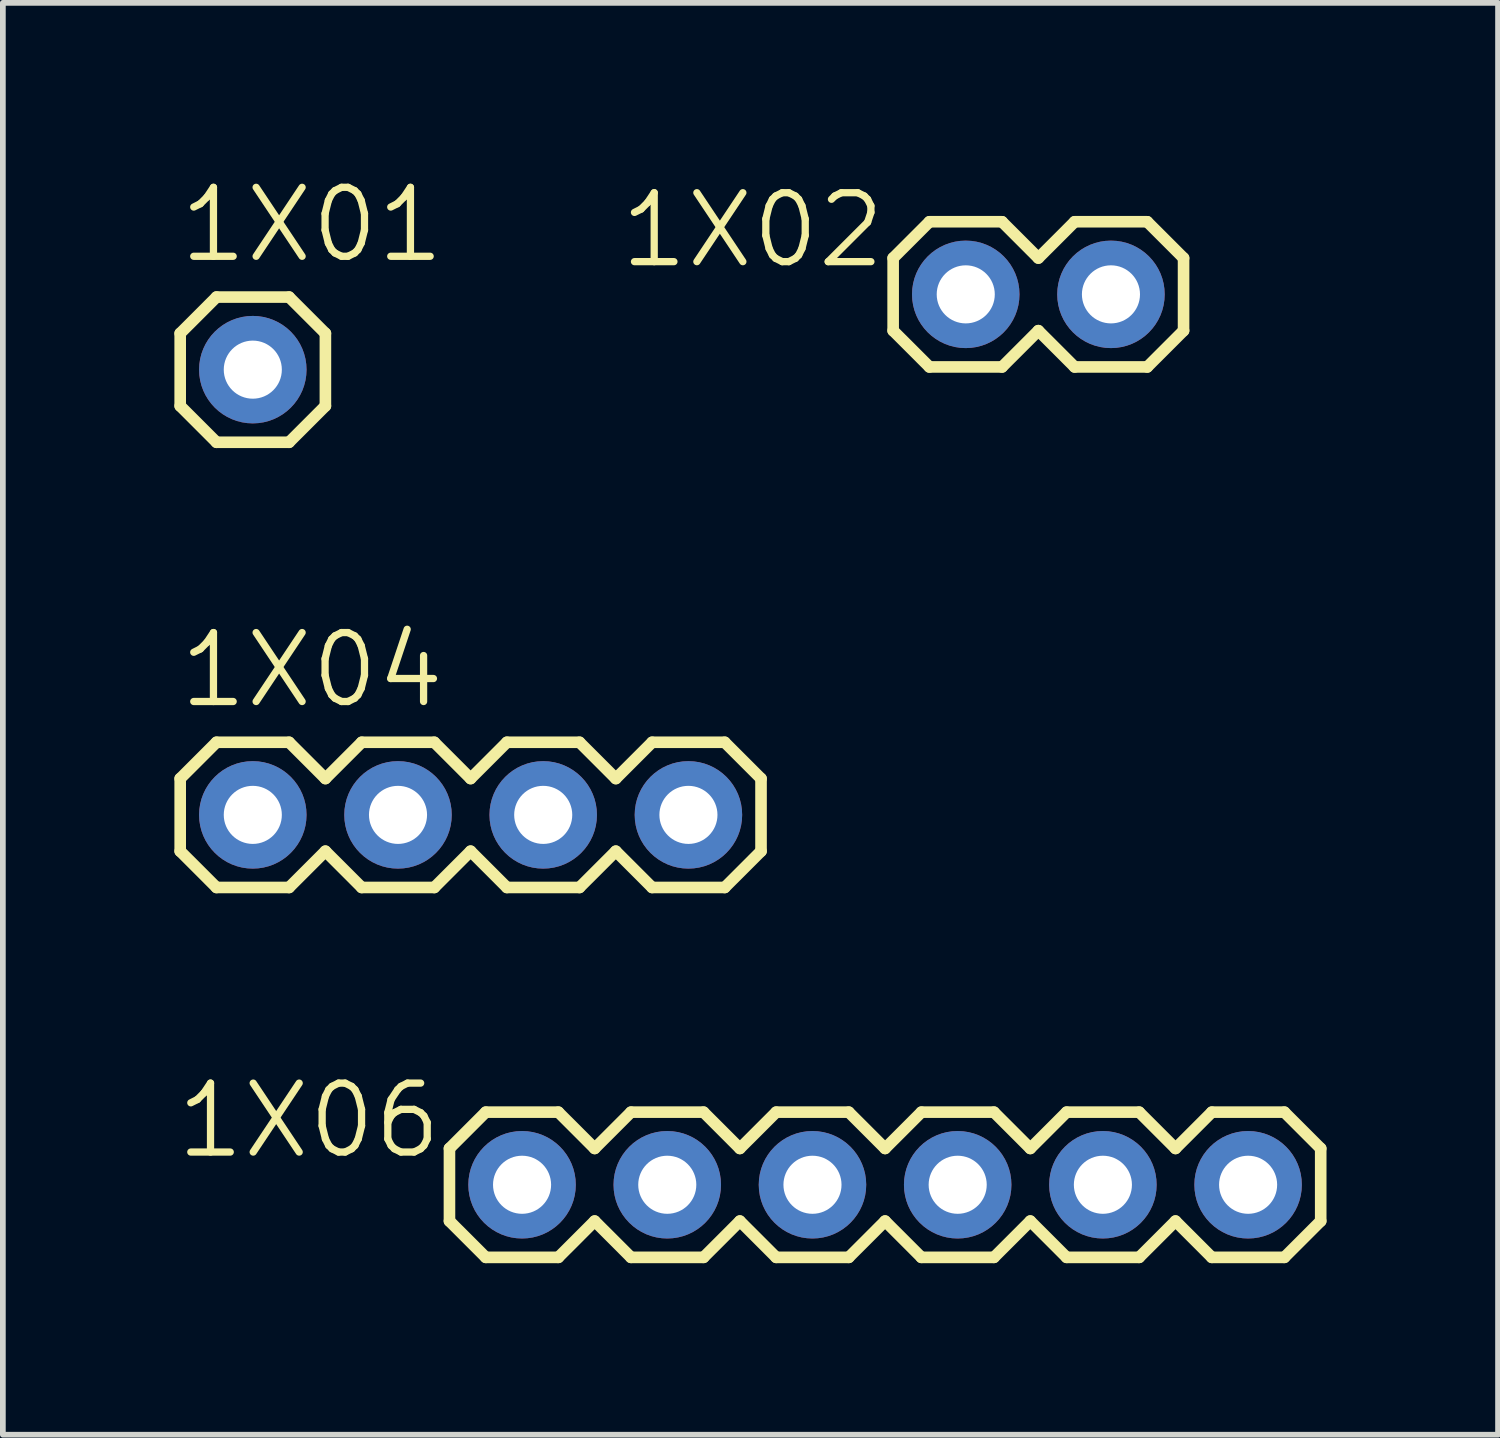
<source format=kicad_pcb>
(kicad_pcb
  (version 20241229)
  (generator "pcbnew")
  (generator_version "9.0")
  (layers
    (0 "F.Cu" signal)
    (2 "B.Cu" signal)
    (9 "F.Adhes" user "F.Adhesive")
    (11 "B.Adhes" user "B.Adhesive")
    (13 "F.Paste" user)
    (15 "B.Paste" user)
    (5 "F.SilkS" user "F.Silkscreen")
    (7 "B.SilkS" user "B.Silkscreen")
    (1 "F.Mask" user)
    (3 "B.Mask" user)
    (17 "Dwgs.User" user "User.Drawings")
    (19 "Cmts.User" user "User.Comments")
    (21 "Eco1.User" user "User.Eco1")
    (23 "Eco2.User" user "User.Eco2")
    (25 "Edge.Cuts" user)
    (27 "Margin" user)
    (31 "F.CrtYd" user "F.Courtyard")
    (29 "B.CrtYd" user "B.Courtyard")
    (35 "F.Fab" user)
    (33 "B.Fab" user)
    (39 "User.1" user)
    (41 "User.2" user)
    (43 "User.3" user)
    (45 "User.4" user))
  (footprint "1X01"
    (layer "F.Cu")
    (at 1.372 3.416)
    (property "Reference" "1X01" (at -1.346 -1.829 0) (layer "F.SilkS") (effects (font (size 1.206 1.206) (thickness 0.127)) (justify left bottom)))
    (attr through_hole)
    (fp_line (start -1.27 -0.635) (end -1.27 0.635) (stroke (width 0.203) (type solid)) (layer "F.SilkS"))
    (fp_line (start -1.27 0.635) (end -0.635 1.27) (stroke (width 0.203) (type solid)) (layer "F.SilkS"))
    (fp_line (start -0.635 -1.27) (end -1.27 -0.635) (stroke (width 0.203) (type solid)) (layer "F.SilkS"))
    (fp_line (start -0.635 -1.27) (end 0.635 -1.27) (stroke (width 0.203) (type solid)) (layer "F.SilkS"))
    (fp_line (start 0.635 -1.27) (end 1.27 -0.635) (stroke (width 0.203) (type solid)) (layer "F.SilkS"))
    (fp_line (start 0.635 1.27) (end -0.635 1.27) (stroke (width 0.203) (type solid)) (layer "F.SilkS"))
    (fp_line (start 1.27 -0.635) (end 1.27 0.635) (stroke (width 0.203) (type solid)) (layer "F.SilkS"))
    (fp_line (start 1.27 0.635) (end 0.635 1.27) (stroke (width 0.203) (type solid)) (layer "F.SilkS"))
    (fp_poly (pts (xy -0.254 0.254) (xy 0.254 0.254) (xy 0.254 -0.254) (xy -0.254 -0.254)) (stroke (width 0.1) (type solid)) (fill no) (layer "F.Fab"))
    (pad "1" thru_hole circle (at 0 0 90) (size 1.88 1.88) (drill 1.016) (layers "*.Cu" "*.Mask")))
  (footprint "1X02"
    (layer "F.Cu")
    (at 13.843 2.099)
    (property "Reference" "1X02" (at -1.346 -1.829 0) (layer "F.SilkS") (effects (font (size 1.206 1.206) (thickness 0.127)) (justify right top)))
    (attr through_hole)
    (fp_line (start -1.27 -0.635) (end -1.27 0.635) (stroke (width 0.203) (type solid)) (layer "F.SilkS"))
    (fp_line (start -1.27 0.635) (end -0.635 1.27) (stroke (width 0.203) (type solid)) (layer "F.SilkS"))
    (fp_line (start -0.635 -1.27) (end -1.27 -0.635) (stroke (width 0.203) (type solid)) (layer "F.SilkS"))
    (fp_line (start -0.635 -1.27) (end 0.635 -1.27) (stroke (width 0.203) (type solid)) (layer "F.SilkS"))
    (fp_line (start 0.635 -1.27) (end 1.27 -0.635) (stroke (width 0.203) (type solid)) (layer "F.SilkS"))
    (fp_line (start 0.635 1.27) (end -0.635 1.27) (stroke (width 0.203) (type solid)) (layer "F.SilkS"))
    (fp_line (start 1.27 -0.635) (end 1.905 -1.27) (stroke (width 0.203) (type solid)) (layer "F.SilkS"))
    (fp_line (start 1.27 0.635) (end 0.635 1.27) (stroke (width 0.203) (type solid)) (layer "F.SilkS"))
    (fp_line (start 1.905 -1.27) (end 3.175 -1.27) (stroke (width 0.203) (type solid)) (layer "F.SilkS"))
    (fp_line (start 1.905 1.27) (end 1.27 0.635) (stroke (width 0.203) (type solid)) (layer "F.SilkS"))
    (fp_line (start 3.175 -1.27) (end 3.81 -0.635) (stroke (width 0.203) (type solid)) (layer "F.SilkS"))
    (fp_line (start 3.175 1.27) (end 1.905 1.27) (stroke (width 0.203) (type solid)) (layer "F.SilkS"))
    (fp_line (start 3.81 -0.635) (end 3.81 0.635) (stroke (width 0.203) (type solid)) (layer "F.SilkS"))
    (fp_line (start 3.81 0.635) (end 3.175 1.27) (stroke (width 0.203) (type solid)) (layer "F.SilkS"))
    (fp_poly (pts (xy -0.254 0.254) (xy 0.254 0.254) (xy 0.254 -0.254) (xy -0.254 -0.254)) (stroke (width 0.1) (type solid)) (fill no) (layer "F.Fab"))
    (fp_poly (pts (xy 2.286 0.254) (xy 2.794 0.254) (xy 2.794 -0.254) (xy 2.286 -0.254)) (stroke (width 0.1) (type solid)) (fill no) (layer "F.Fab"))
    (pad "1" thru_hole circle (at 0 0 90) (size 1.88 1.88) (drill 1.016) (layers "*.Cu" "*.Mask"))
    (pad "2" thru_hole circle (at 2.54 0 90) (size 1.88 1.88) (drill 1.016) (layers "*.Cu" "*.Mask")))
  (footprint "1X06"
    (layer "F.Cu")
    (at 6.082 17.674)
    (property "Reference" "1X06" (at -1.346 -1.829 0) (layer "F.SilkS") (effects (font (size 1.206 1.206) (thickness 0.127)) (justify right top)))
    (attr through_hole)
    (fp_line (start -1.27 -0.635) (end -1.27 0.635) (stroke (width 0.203) (type solid)) (layer "F.SilkS"))
    (fp_line (start -1.27 0.635) (end -0.635 1.27) (stroke (width 0.203) (type solid)) (layer "F.SilkS"))
    (fp_line (start -0.635 -1.27) (end -1.27 -0.635) (stroke (width 0.203) (type solid)) (layer "F.SilkS"))
    (fp_line (start -0.635 -1.27) (end 0.635 -1.27) (stroke (width 0.203) (type solid)) (layer "F.SilkS"))
    (fp_line (start 0.635 -1.27) (end 1.27 -0.635) (stroke (width 0.203) (type solid)) (layer "F.SilkS"))
    (fp_line (start 0.635 1.27) (end -0.635 1.27) (stroke (width 0.203) (type solid)) (layer "F.SilkS"))
    (fp_line (start 1.27 -0.635) (end 1.905 -1.27) (stroke (width 0.203) (type solid)) (layer "F.SilkS"))
    (fp_line (start 1.27 0.635) (end 0.635 1.27) (stroke (width 0.203) (type solid)) (layer "F.SilkS"))
    (fp_line (start 1.905 -1.27) (end 3.175 -1.27) (stroke (width 0.203) (type solid)) (layer "F.SilkS"))
    (fp_line (start 1.905 1.27) (end 1.27 0.635) (stroke (width 0.203) (type solid)) (layer "F.SilkS"))
    (fp_line (start 3.175 -1.27) (end 3.81 -0.635) (stroke (width 0.203) (type solid)) (layer "F.SilkS"))
    (fp_line (start 3.175 1.27) (end 1.905 1.27) (stroke (width 0.203) (type solid)) (layer "F.SilkS"))
    (fp_line (start 3.81 -0.635) (end 4.445 -1.27) (stroke (width 0.203) (type solid)) (layer "F.SilkS"))
    (fp_line (start 3.81 0.635) (end 3.175 1.27) (stroke (width 0.203) (type solid)) (layer "F.SilkS"))
    (fp_line (start 4.445 -1.27) (end 5.715 -1.27) (stroke (width 0.203) (type solid)) (layer "F.SilkS"))
    (fp_line (start 4.445 1.27) (end 3.81 0.635) (stroke (width 0.203) (type solid)) (layer "F.SilkS"))
    (fp_line (start 5.715 -1.27) (end 6.35 -0.635) (stroke (width 0.203) (type solid)) (layer "F.SilkS"))
    (fp_line (start 5.715 1.27) (end 4.445 1.27) (stroke (width 0.203) (type solid)) (layer "F.SilkS"))
    (fp_line (start 6.35 0.635) (end 5.715 1.27) (stroke (width 0.203) (type solid)) (layer "F.SilkS"))
    (fp_line (start 6.35 0.635) (end 6.985 1.27) (stroke (width 0.203) (type solid)) (layer "F.SilkS"))
    (fp_line (start 6.985 -1.27) (end 6.35 -0.635) (stroke (width 0.203) (type solid)) (layer "F.SilkS"))
    (fp_line (start 6.985 -1.27) (end 8.255 -1.27) (stroke (width 0.203) (type solid)) (layer "F.SilkS"))
    (fp_line (start 8.255 -1.27) (end 8.89 -0.635) (stroke (width 0.203) (type solid)) (layer "F.SilkS"))
    (fp_line (start 8.255 1.27) (end 6.985 1.27) (stroke (width 0.203) (type solid)) (layer "F.SilkS"))
    (fp_line (start 8.89 -0.635) (end 9.525 -1.27) (stroke (width 0.203) (type solid)) (layer "F.SilkS"))
    (fp_line (start 8.89 0.635) (end 8.255 1.27) (stroke (width 0.203) (type solid)) (layer "F.SilkS"))
    (fp_line (start 9.525 -1.27) (end 10.795 -1.27) (stroke (width 0.203) (type solid)) (layer "F.SilkS"))
    (fp_line (start 9.525 1.27) (end 8.89 0.635) (stroke (width 0.203) (type solid)) (layer "F.SilkS"))
    (fp_line (start 10.795 -1.27) (end 11.43 -0.635) (stroke (width 0.203) (type solid)) (layer "F.SilkS"))
    (fp_line (start 10.795 1.27) (end 9.525 1.27) (stroke (width 0.203) (type solid)) (layer "F.SilkS"))
    (fp_line (start 11.43 -0.635) (end 12.065 -1.27) (stroke (width 0.203) (type solid)) (layer "F.SilkS"))
    (fp_line (start 11.43 0.635) (end 10.795 1.27) (stroke (width 0.203) (type solid)) (layer "F.SilkS"))
    (fp_line (start 12.065 -1.27) (end 13.335 -1.27) (stroke (width 0.203) (type solid)) (layer "F.SilkS"))
    (fp_line (start 12.065 1.27) (end 11.43 0.635) (stroke (width 0.203) (type solid)) (layer "F.SilkS"))
    (fp_line (start 13.335 -1.27) (end 13.97 -0.635) (stroke (width 0.203) (type solid)) (layer "F.SilkS"))
    (fp_line (start 13.335 1.27) (end 12.065 1.27) (stroke (width 0.203) (type solid)) (layer "F.SilkS"))
    (fp_line (start 13.97 -0.635) (end 13.97 0.635) (stroke (width 0.203) (type solid)) (layer "F.SilkS"))
    (fp_line (start 13.97 0.635) (end 13.335 1.27) (stroke (width 0.203) (type solid)) (layer "F.SilkS"))
    (fp_poly (pts (xy -0.254 0.254) (xy 0.254 0.254) (xy 0.254 -0.254) (xy -0.254 -0.254)) (stroke (width 0.1) (type solid)) (fill no) (layer "F.Fab"))
    (fp_poly (pts (xy 2.286 0.254) (xy 2.794 0.254) (xy 2.794 -0.254) (xy 2.286 -0.254)) (stroke (width 0.1) (type solid)) (fill no) (layer "F.Fab"))
    (fp_poly (pts (xy 4.826 0.254) (xy 5.334 0.254) (xy 5.334 -0.254) (xy 4.826 -0.254)) (stroke (width 0.1) (type solid)) (fill no) (layer "F.Fab"))
    (fp_poly (pts (xy 7.366 0.254) (xy 7.874 0.254) (xy 7.874 -0.254) (xy 7.366 -0.254)) (stroke (width 0.1) (type solid)) (fill no) (layer "F.Fab"))
    (fp_poly (pts (xy 9.906 0.254) (xy 10.414 0.254) (xy 10.414 -0.254) (xy 9.906 -0.254)) (stroke (width 0.1) (type solid)) (fill no) (layer "F.Fab"))
    (fp_poly (pts (xy 12.446 0.254) (xy 12.954 0.254) (xy 12.954 -0.254) (xy 12.446 -0.254)) (stroke (width 0.1) (type solid)) (fill no) (layer "F.Fab"))
    (pad "1" thru_hole circle (at 0 0 90) (size 1.88 1.88) (drill 1.016) (layers "*.Cu" "*.Mask"))
    (pad "2" thru_hole circle (at 2.54 0 90) (size 1.88 1.88) (drill 1.016) (layers "*.Cu" "*.Mask"))
    (pad "3" thru_hole circle (at 5.08 0 90) (size 1.88 1.88) (drill 1.016) (layers "*.Cu" "*.Mask"))
    (pad "4" thru_hole circle (at 7.62 0 90) (size 1.88 1.88) (drill 1.016) (layers "*.Cu" "*.Mask"))
    (pad "5" thru_hole circle (at 10.16 0 90) (size 1.88 1.88) (drill 1.016) (layers "*.Cu" "*.Mask"))
    (pad "6" thru_hole circle (at 12.7 0 90) (size 1.88 1.88) (drill 1.016) (layers "*.Cu" "*.Mask")))
  (footprint "1X04"
    (layer "F.Cu")
    (at 5.182 11.204)
    (property "Reference" "1X04" (at -5.156 -1.829 0) (layer "F.SilkS") (effects (font (size 1.206 1.206) (thickness 0.127)) (justify left bottom)))
    (attr through_hole)
    (fp_line (start -5.08 -0.635) (end -5.08 0.635) (stroke (width 0.203) (type solid)) (layer "F.SilkS"))
    (fp_line (start -5.08 0.635) (end -4.445 1.27) (stroke (width 0.203) (type solid)) (layer "F.SilkS"))
    (fp_line (start -4.445 -1.27) (end -5.08 -0.635) (stroke (width 0.203) (type solid)) (layer "F.SilkS"))
    (fp_line (start -4.445 -1.27) (end -3.175 -1.27) (stroke (width 0.203) (type solid)) (layer "F.SilkS"))
    (fp_line (start -3.175 -1.27) (end -2.54 -0.635) (stroke (width 0.203) (type solid)) (layer "F.SilkS"))
    (fp_line (start -3.175 1.27) (end -4.445 1.27) (stroke (width 0.203) (type solid)) (layer "F.SilkS"))
    (fp_line (start -2.54 -0.635) (end -1.905 -1.27) (stroke (width 0.203) (type solid)) (layer "F.SilkS"))
    (fp_line (start -2.54 0.635) (end -3.175 1.27) (stroke (width 0.203) (type solid)) (layer "F.SilkS"))
    (fp_line (start -1.905 -1.27) (end -0.635 -1.27) (stroke (width 0.203) (type solid)) (layer "F.SilkS"))
    (fp_line (start -1.905 1.27) (end -2.54 0.635) (stroke (width 0.203) (type solid)) (layer "F.SilkS"))
    (fp_line (start -0.635 -1.27) (end 0 -0.635) (stroke (width 0.203) (type solid)) (layer "F.SilkS"))
    (fp_line (start -0.635 1.27) (end -1.905 1.27) (stroke (width 0.203) (type solid)) (layer "F.SilkS"))
    (fp_line (start 0 -0.635) (end 0.635 -1.27) (stroke (width 0.203) (type solid)) (layer "F.SilkS"))
    (fp_line (start 0 0.635) (end -0.635 1.27) (stroke (width 0.203) (type solid)) (layer "F.SilkS"))
    (fp_line (start 0.635 -1.27) (end 1.905 -1.27) (stroke (width 0.203) (type solid)) (layer "F.SilkS"))
    (fp_line (start 0.635 1.27) (end 0 0.635) (stroke (width 0.203) (type solid)) (layer "F.SilkS"))
    (fp_line (start 1.905 -1.27) (end 2.54 -0.635) (stroke (width 0.203) (type solid)) (layer "F.SilkS"))
    (fp_line (start 1.905 1.27) (end 0.635 1.27) (stroke (width 0.203) (type solid)) (layer "F.SilkS"))
    (fp_line (start 2.54 0.635) (end 1.905 1.27) (stroke (width 0.203) (type solid)) (layer "F.SilkS"))
    (fp_line (start 2.54 0.635) (end 3.175 1.27) (stroke (width 0.203) (type solid)) (layer "F.SilkS"))
    (fp_line (start 3.175 -1.27) (end 2.54 -0.635) (stroke (width 0.203) (type solid)) (layer "F.SilkS"))
    (fp_line (start 3.175 -1.27) (end 4.445 -1.27) (stroke (width 0.203) (type solid)) (layer "F.SilkS"))
    (fp_line (start 4.445 -1.27) (end 5.08 -0.635) (stroke (width 0.203) (type solid)) (layer "F.SilkS"))
    (fp_line (start 4.445 1.27) (end 3.175 1.27) (stroke (width 0.203) (type solid)) (layer "F.SilkS"))
    (fp_line (start 5.08 -0.635) (end 5.08 0.635) (stroke (width 0.203) (type solid)) (layer "F.SilkS"))
    (fp_line (start 5.08 0.635) (end 4.445 1.27) (stroke (width 0.203) (type solid)) (layer "F.SilkS"))
    (fp_poly (pts (xy -4.064 0.254) (xy -3.556 0.254) (xy -3.556 -0.254) (xy -4.064 -0.254)) (stroke (width 0.1) (type solid)) (fill no) (layer "F.Fab"))
    (fp_poly (pts (xy -1.524 0.254) (xy -1.016 0.254) (xy -1.016 -0.254) (xy -1.524 -0.254)) (stroke (width 0.1) (type solid)) (fill no) (layer "F.Fab"))
    (fp_poly (pts (xy 1.016 0.254) (xy 1.524 0.254) (xy 1.524 -0.254) (xy 1.016 -0.254)) (stroke (width 0.1) (type solid)) (fill no) (layer "F.Fab"))
    (fp_poly (pts (xy 3.556 0.254) (xy 4.064 0.254) (xy 4.064 -0.254) (xy 3.556 -0.254)) (stroke (width 0.1) (type solid)) (fill no) (layer "F.Fab"))
    (pad "1" thru_hole circle (at -3.81 0 90) (size 1.88 1.88) (drill 1.016) (layers "*.Cu" "*.Mask"))
    (pad "2" thru_hole circle (at -1.27 0 90) (size 1.88 1.88) (drill 1.016) (layers "*.Cu" "*.Mask"))
    (pad "3" thru_hole circle (at 1.27 0 90) (size 1.88 1.88) (drill 1.016) (layers "*.Cu" "*.Mask"))
    (pad "4" thru_hole circle (at 3.81 0 90) (size 1.88 1.88) (drill 1.016) (layers "*.Cu" "*.Mask")))
  (gr_rect
    (start -3 -3)
    (end 23.154 22.046)
    (stroke (width 0.1) (type default))
    (fill no)
    (layer "Edge.Cuts")))
</source>
